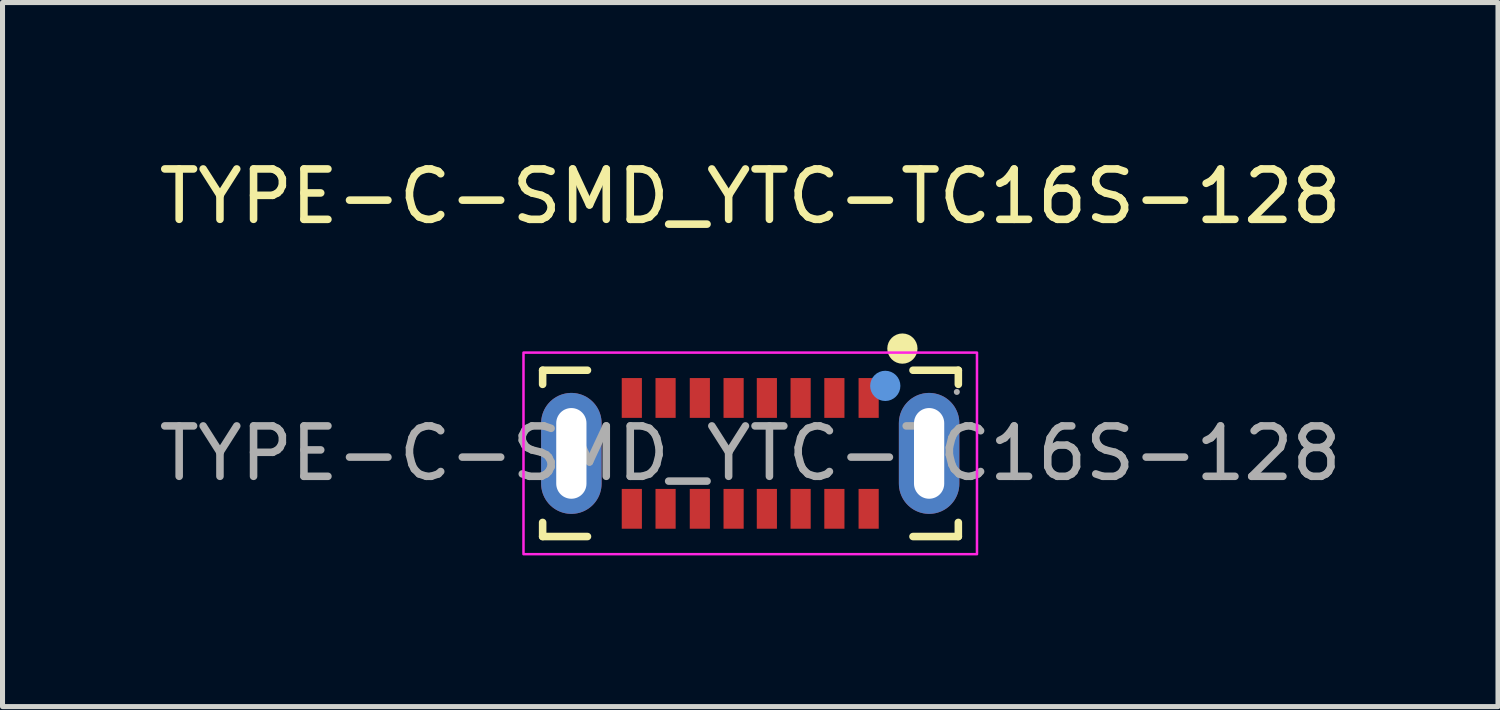
<source format=kicad_pcb>
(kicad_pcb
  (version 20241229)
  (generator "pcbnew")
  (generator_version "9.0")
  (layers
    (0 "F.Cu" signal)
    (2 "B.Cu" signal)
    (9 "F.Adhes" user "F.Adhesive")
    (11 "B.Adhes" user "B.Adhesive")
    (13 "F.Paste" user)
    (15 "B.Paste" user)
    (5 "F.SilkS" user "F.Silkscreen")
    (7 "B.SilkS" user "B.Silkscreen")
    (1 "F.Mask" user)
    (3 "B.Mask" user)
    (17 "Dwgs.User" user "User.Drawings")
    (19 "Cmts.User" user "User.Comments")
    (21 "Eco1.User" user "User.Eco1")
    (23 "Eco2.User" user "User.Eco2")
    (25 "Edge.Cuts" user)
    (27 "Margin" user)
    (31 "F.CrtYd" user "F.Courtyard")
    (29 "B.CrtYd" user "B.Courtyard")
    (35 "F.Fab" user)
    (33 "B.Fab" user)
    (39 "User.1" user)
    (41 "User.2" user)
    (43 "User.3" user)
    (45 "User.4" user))
  (footprint "TYPE-C-SMD_YTC-TC16S-128"
    (layer "F.Cu")
    (at 11.839 5.948)
    (property "Reference" "TYPE-C-SMD_YTC-TC16S-128" (at 0 -5.1 0) (layer "F.SilkS") (effects (font (size 1 1) (thickness 0.15))))
    (attr smd)
    (fp_line (start -4.12 -1.65) (end -3.23 -1.65) (stroke (width 0.15) (type solid)) (layer "F.SilkS"))
    (fp_line (start -4.12 -1.37) (end -4.12 -1.65) (stroke (width 0.15) (type solid)) (layer "F.SilkS"))
    (fp_line (start -4.12 1.65) (end -4.12 1.37) (stroke (width 0.15) (type solid)) (layer "F.SilkS"))
    (fp_line (start -3.23 1.65) (end -4.12 1.65) (stroke (width 0.15) (type solid)) (layer "F.SilkS"))
    (fp_line (start 3.23 -1.65) (end 4.13 -1.65) (stroke (width 0.15) (type solid)) (layer "F.SilkS"))
    (fp_line (start 4.13 -1.65) (end 4.13 -1.37) (stroke (width 0.15) (type solid)) (layer "F.SilkS"))
    (fp_line (start 4.13 1.37) (end 4.13 1.65) (stroke (width 0.15) (type solid)) (layer "F.SilkS"))
    (fp_line (start 4.13 1.65) (end 3.23 1.65) (stroke (width 0.15) (type solid)) (layer "F.SilkS"))
    (fp_circle (center 3.02 -2.08) (end 3.17 -2.08) (stroke (width 0.3) (type solid)) (fill no) (layer "F.SilkS"))
    (fp_circle (center 2.68 -1.34) (end 2.83 -1.34) (stroke (width 0.3) (type solid)) (fill no) (layer "Cmts.User"))
    (fp_rect (start -4.5 -2) (end 4.5 2) (stroke (width 0.05) (type default)) (fill no) (layer "F.CrtYd"))
    (fp_circle (center 4.1 -1.22) (end 4.13 -1.22) (stroke (width 0.06) (type solid)) (fill no) (layer "F.Fab"))
    (fp_text user "${REFERENCE}" (at 0 0 0) (layer "F.Fab") (effects (font (size 1 1) (thickness 0.15))))
    (pad "A1" smd rect (at 2.35 -1.1) (size 0.4 0.79) (layers "F.Cu" "F.Mask" "F.Paste"))
    (pad "A4" smd rect (at 1.67 -1.1) (size 0.4 0.79) (layers "F.Cu" "F.Mask" "F.Paste"))
    (pad "A5" smd rect (at 1 -1.1) (size 0.4 0.79) (layers "F.Cu" "F.Mask" "F.Paste"))
    (pad "A6" smd rect (at 0.33 -1.1) (size 0.4 0.79) (layers "F.Cu" "F.Mask" "F.Paste"))
    (pad "A7" smd rect (at -0.33 -1.1) (size 0.4 0.79) (layers "F.Cu" "F.Mask" "F.Paste"))
    (pad "A8" smd rect (at -1 -1.1) (size 0.4 0.79) (layers "F.Cu" "F.Mask" "F.Paste"))
    (pad "A9" smd rect (at -1.68 -1.1) (size 0.4 0.79) (layers "F.Cu" "F.Mask" "F.Paste"))
    (pad "A12" smd rect (at -2.35 -1.1) (size 0.4 0.79) (layers "F.Cu" "F.Mask" "F.Paste"))
    (pad "B1" smd rect (at -2.35 1.1 180) (size 0.4 0.79) (layers "F.Cu" "F.Mask" "F.Paste"))
    (pad "B4" smd rect (at -1.68 1.1 180) (size 0.4 0.79) (layers "F.Cu" "F.Mask" "F.Paste"))
    (pad "B5" smd rect (at -1 1.1 180) (size 0.4 0.79) (layers "F.Cu" "F.Mask" "F.Paste"))
    (pad "B6" smd rect (at -0.33 1.1 180) (size 0.4 0.79) (layers "F.Cu" "F.Mask" "F.Paste"))
    (pad "B7" smd rect (at 0.33 1.1 180) (size 0.4 0.79) (layers "F.Cu" "F.Mask" "F.Paste"))
    (pad "B8" smd rect (at 1 1.1 180) (size 0.4 0.79) (layers "F.Cu" "F.Mask" "F.Paste"))
    (pad "B9" smd rect (at 1.67 1.1 180) (size 0.4 0.79) (layers "F.Cu" "F.Mask" "F.Paste"))
    (pad "B12" smd rect (at 2.35 1.1 180) (size 0.4 0.79) (layers "F.Cu" "F.Mask" "F.Paste"))
    (pad "S1" thru_hole oval (at -3.55 0) (size 1.2 2.4) (drill oval 0.6 1.8) (layers "*.Cu" "*.Mask"))
    (pad "S1" thru_hole oval (at 3.55 0) (size 1.2 2.4) (drill oval 0.6 1.8) (layers "*.Cu" "*.Mask")))
  (gr_rect
    (start -3 -3)
    (end 26.679 10.973)
    (stroke (width 0.1) (type default))
    (fill no)
    (layer "Edge.Cuts")))
</source>
